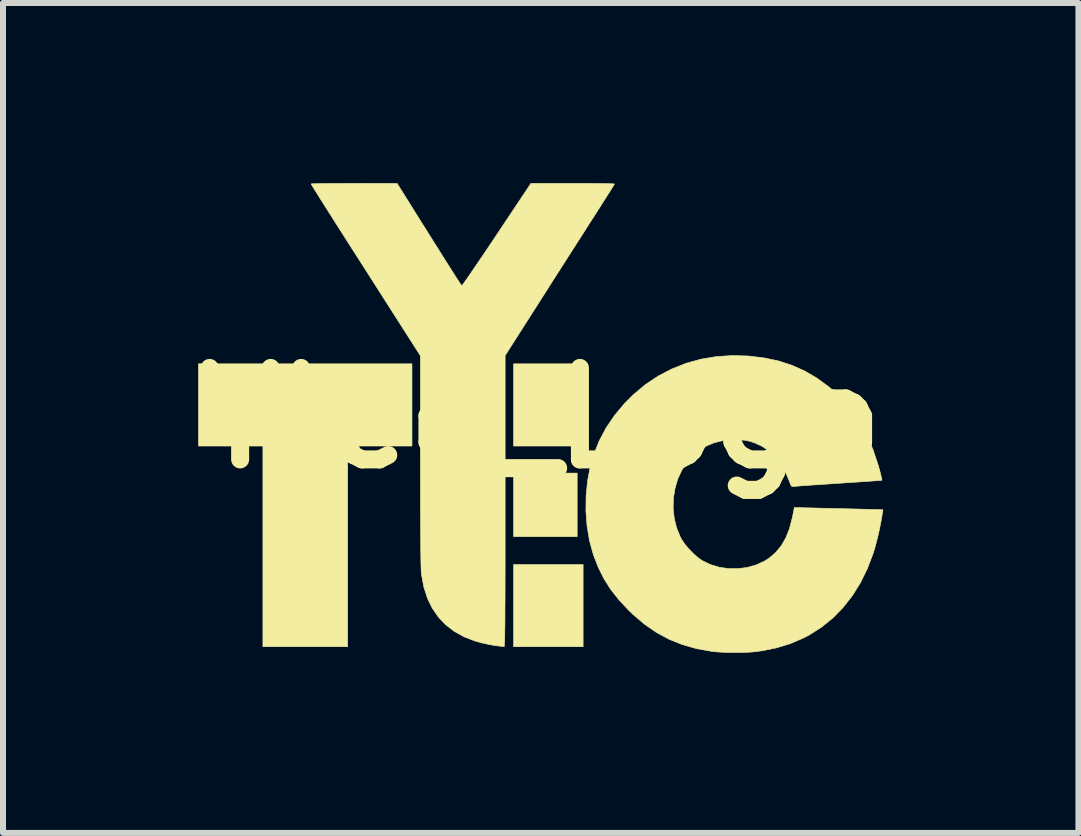
<source format=kicad_pcb>
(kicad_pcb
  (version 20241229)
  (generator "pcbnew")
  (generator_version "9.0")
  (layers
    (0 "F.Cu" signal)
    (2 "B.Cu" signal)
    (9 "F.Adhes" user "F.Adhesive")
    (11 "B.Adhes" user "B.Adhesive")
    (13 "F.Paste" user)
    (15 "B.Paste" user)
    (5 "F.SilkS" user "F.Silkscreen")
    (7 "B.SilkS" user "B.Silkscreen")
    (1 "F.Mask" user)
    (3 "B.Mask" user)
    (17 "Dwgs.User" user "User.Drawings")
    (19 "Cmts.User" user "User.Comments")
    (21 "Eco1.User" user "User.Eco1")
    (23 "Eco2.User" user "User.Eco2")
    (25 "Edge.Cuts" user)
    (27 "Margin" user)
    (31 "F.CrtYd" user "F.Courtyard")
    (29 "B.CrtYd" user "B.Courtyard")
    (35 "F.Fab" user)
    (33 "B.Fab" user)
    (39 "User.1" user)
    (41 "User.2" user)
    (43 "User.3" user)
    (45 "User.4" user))
  (footprint "Ytec_Logo"
    (layer "F.Cu")
    (at 5.958 3.914)
    (property "Reference" "Ytec_Logo" (at 0 0 0) (layer "F.SilkS") (effects (font (size 1.524 1.524) (thickness 0.3))))
    (attr through_hole)
    (fp_poly (pts (xy 0.607 1.976) (xy -0.452 1.976) (xy -0.452 0.917) (xy 0.607 0.917) (xy 0.607 1.976)) (stroke (width 0.01) (type solid)) (fill yes) (layer "F.SilkS"))
    (fp_poly (pts (xy 0.706 0.466) (xy -0.452 0.466) (xy -0.452 -0.903) (xy 0.706 -0.903) (xy 0.706 0.466)) (stroke (width 0.01) (type solid)) (fill yes) (layer "F.SilkS"))
    (fp_poly (pts (xy 0.706 3.81) (xy -0.452 3.81) (xy -0.452 2.441) (xy 0.706 2.441) (xy 0.706 3.81)) (stroke (width 0.01) (type solid)) (fill yes) (layer "F.SilkS"))
    (fp_poly (pts (xy -2.145 0.466) (xy -3.217 0.466) (xy -3.217 3.81) (xy -4.628 3.81) (xy -4.628 0.466) (xy -5.701 0.466) (xy -5.701 -0.903) (xy -2.145 -0.903) (xy -2.145 0.466)) (stroke (width 0.01) (type solid)) (fill yes) (layer "F.SilkS"))
    (fp_poly (pts (xy 0.67 -3.909) (xy 0.798 -3.908) (xy 0.914 -3.907) (xy 1.016 -3.906) (xy 1.101 -3.904) (xy 1.166 -3.903) (xy 1.209 -3.901) (xy 1.227 -3.899) (xy 1.227 -3.898) (xy 1.22 -3.884) (xy 1.199 -3.849) (xy 1.166 -3.796) (xy 1.122 -3.727) (xy 1.07 -3.645) (xy 1.011 -3.552) (xy 0.946 -3.451) (xy 0.932 -3.429) (xy 0.876 -3.341) (xy 0.806 -3.233) (xy 0.726 -3.106) (xy 0.636 -2.966) (xy 0.538 -2.813) (xy 0.436 -2.653) (xy 0.33 -2.487) (xy 0.222 -2.319) (xy 0.116 -2.152) (xy 0.023 -2.006) (xy -0.593 -1.041) (xy -0.593 1.385) (xy -0.593 1.702) (xy -0.593 1.992) (xy -0.593 2.256) (xy -0.593 2.496) (xy -0.594 2.711) (xy -0.594 2.903) (xy -0.595 3.073) (xy -0.596 3.223) (xy -0.596 3.352) (xy -0.597 3.464) (xy -0.599 3.557) (xy -0.6 3.634) (xy -0.601 3.695) (xy -0.603 3.742) (xy -0.605 3.776) (xy -0.607 3.797) (xy -0.609 3.807) (xy -0.61 3.808) (xy -0.635 3.805) (xy -0.674 3.801) (xy -0.684 3.8) (xy -0.771 3.789) (xy -0.873 3.77) (xy -0.977 3.747) (xy -1.072 3.722) (xy -1.092 3.716) (xy -1.276 3.645) (xy -1.44 3.554) (xy -1.583 3.444) (xy -1.705 3.315) (xy -1.807 3.167) (xy -1.888 3.001) (xy -1.947 2.816) (xy -1.985 2.613) (xy -1.989 2.579) (xy -1.991 2.541) (xy -1.994 2.475) (xy -1.996 2.381) (xy -1.998 2.261) (xy -1.999 2.113) (xy -2.001 1.94) (xy -2.002 1.741) (xy -2.003 1.516) (xy -2.003 1.267) (xy -2.004 0.993) (xy -2.004 0.703) (xy -2.004 -1.037) (xy -2.68 -2.095) (xy -2.84 -2.346) (xy -2.985 -2.573) (xy -3.117 -2.779) (xy -3.235 -2.964) (xy -3.34 -3.129) (xy -3.433 -3.275) (xy -3.514 -3.403) (xy -3.584 -3.513) (xy -3.644 -3.608) (xy -3.694 -3.687) (xy -3.735 -3.753) (xy -3.768 -3.805) (xy -3.792 -3.844) (xy -3.809 -3.873) (xy -3.82 -3.891) (xy -3.824 -3.899) (xy -3.824 -3.9) (xy -3.81 -3.902) (xy -3.771 -3.903) (xy -3.709 -3.905) (xy -3.627 -3.906) (xy -3.527 -3.907) (xy -3.412 -3.908) (xy -3.284 -3.908) (xy -3.147 -3.909) (xy -3.108 -3.909) (xy -2.392 -3.908) (xy -2.178 -3.566) (xy -2.036 -3.338) (xy -1.907 -3.133) (xy -1.793 -2.951) (xy -1.692 -2.791) (xy -1.604 -2.651) (xy -1.529 -2.532) (xy -1.466 -2.433) (xy -1.415 -2.352) (xy -1.374 -2.29) (xy -1.345 -2.245) (xy -1.325 -2.217) (xy -1.316 -2.205) (xy -1.315 -2.204) (xy -1.305 -2.215) (xy -1.281 -2.248) (xy -1.244 -2.3) (xy -1.195 -2.37) (xy -1.136 -2.457) (xy -1.067 -2.558) (xy -0.99 -2.671) (xy -0.906 -2.795) (xy -0.817 -2.928) (xy -0.732 -3.055) (xy -0.163 -3.909) (xy 0.533 -3.909) (xy 0.67 -3.909)) (stroke (width 0.01) (type solid)) (fill yes) (layer "F.SilkS"))
    (fp_poly (pts (xy 3.461 -1.033) (xy 3.719 -1.002) (xy 3.958 -0.952) (xy 4.183 -0.879) (xy 4.395 -0.785) (xy 4.597 -0.667) (xy 4.792 -0.525) (xy 4.827 -0.497) (xy 5.006 -0.331) (xy 5.166 -0.146) (xy 5.308 0.059) (xy 5.432 0.285) (xy 5.538 0.533) (xy 5.627 0.802) (xy 5.646 0.87) (xy 5.662 0.933) (xy 5.675 0.986) (xy 5.683 1.022) (xy 5.684 1.037) (xy 5.684 1.037) (xy 5.67 1.038) (xy 5.63 1.042) (xy 5.567 1.046) (xy 5.485 1.052) (xy 5.385 1.059) (xy 5.27 1.067) (xy 5.144 1.075) (xy 5.01 1.084) (xy 5.002 1.085) (xy 4.864 1.094) (xy 4.732 1.103) (xy 4.61 1.111) (xy 4.5 1.118) (xy 4.406 1.125) (xy 4.331 1.13) (xy 4.278 1.135) (xy 4.251 1.137) (xy 4.206 1.14) (xy 4.182 1.137) (xy 4.17 1.125) (xy 4.168 1.119) (xy 4.098 0.946) (xy 4.015 0.793) (xy 3.919 0.663) (xy 3.811 0.556) (xy 3.692 0.474) (xy 3.652 0.454) (xy 3.56 0.413) (xy 3.479 0.386) (xy 3.397 0.37) (xy 3.305 0.362) (xy 3.217 0.361) (xy 3.046 0.374) (xy 2.889 0.411) (xy 2.746 0.472) (xy 2.614 0.559) (xy 2.494 0.671) (xy 2.443 0.731) (xy 2.353 0.864) (xy 2.284 1.012) (xy 2.237 1.171) (xy 2.21 1.336) (xy 2.206 1.504) (xy 2.224 1.671) (xy 2.264 1.832) (xy 2.326 1.983) (xy 2.353 2.031) (xy 2.406 2.108) (xy 2.476 2.19) (xy 2.554 2.269) (xy 2.633 2.336) (xy 2.688 2.374) (xy 2.825 2.441) (xy 2.974 2.486) (xy 3.129 2.509) (xy 3.287 2.509) (xy 3.443 2.489) (xy 3.593 2.446) (xy 3.73 2.382) (xy 3.8 2.338) (xy 3.912 2.243) (xy 4.006 2.13) (xy 4.083 1.997) (xy 4.144 1.843) (xy 4.19 1.666) (xy 4.194 1.651) (xy 4.225 1.491) (xy 4.628 1.501) (xy 4.755 1.504) (xy 4.895 1.507) (xy 5.039 1.511) (xy 5.177 1.514) (xy 5.301 1.517) (xy 5.366 1.519) (xy 5.701 1.528) (xy 5.692 1.586) (xy 5.674 1.695) (xy 5.65 1.818) (xy 5.622 1.946) (xy 5.591 2.071) (xy 5.56 2.184) (xy 5.541 2.247) (xy 5.443 2.505) (xy 5.327 2.742) (xy 5.192 2.959) (xy 5.038 3.155) (xy 4.867 3.33) (xy 4.679 3.483) (xy 4.473 3.614) (xy 4.367 3.669) (xy 4.156 3.759) (xy 3.931 3.828) (xy 3.69 3.877) (xy 3.563 3.894) (xy 3.474 3.901) (xy 3.366 3.905) (xy 3.247 3.907) (xy 3.125 3.905) (xy 3.009 3.901) (xy 2.907 3.894) (xy 2.849 3.887) (xy 2.596 3.842) (xy 2.36 3.775) (xy 2.139 3.686) (xy 1.931 3.574) (xy 1.732 3.437) (xy 1.539 3.274) (xy 1.46 3.197) (xy 1.3 3.025) (xy 1.164 2.852) (xy 1.051 2.673) (xy 0.957 2.483) (xy 0.878 2.279) (xy 0.877 2.276) (xy 0.813 2.044) (xy 0.772 1.801) (xy 0.753 1.549) (xy 0.756 1.295) (xy 0.781 1.044) (xy 0.828 0.799) (xy 0.882 0.612) (xy 0.973 0.384) (xy 1.09 0.163) (xy 1.233 -0.047) (xy 1.4 -0.246) (xy 1.541 -0.387) (xy 1.741 -0.555) (xy 1.955 -0.698) (xy 2.183 -0.817) (xy 2.422 -0.912) (xy 2.671 -0.981) (xy 2.93 -1.024) (xy 3.197 -1.041) (xy 3.461 -1.033)) (stroke (width 0.01) (type solid)) (fill yes) (layer "F.SilkS")))
  (gr_rect
    (start -3 -3)
    (end 14.916 10.826)
    (stroke (width 0.1) (type default))
    (fill no)
    (layer "Edge.Cuts")))
</source>
